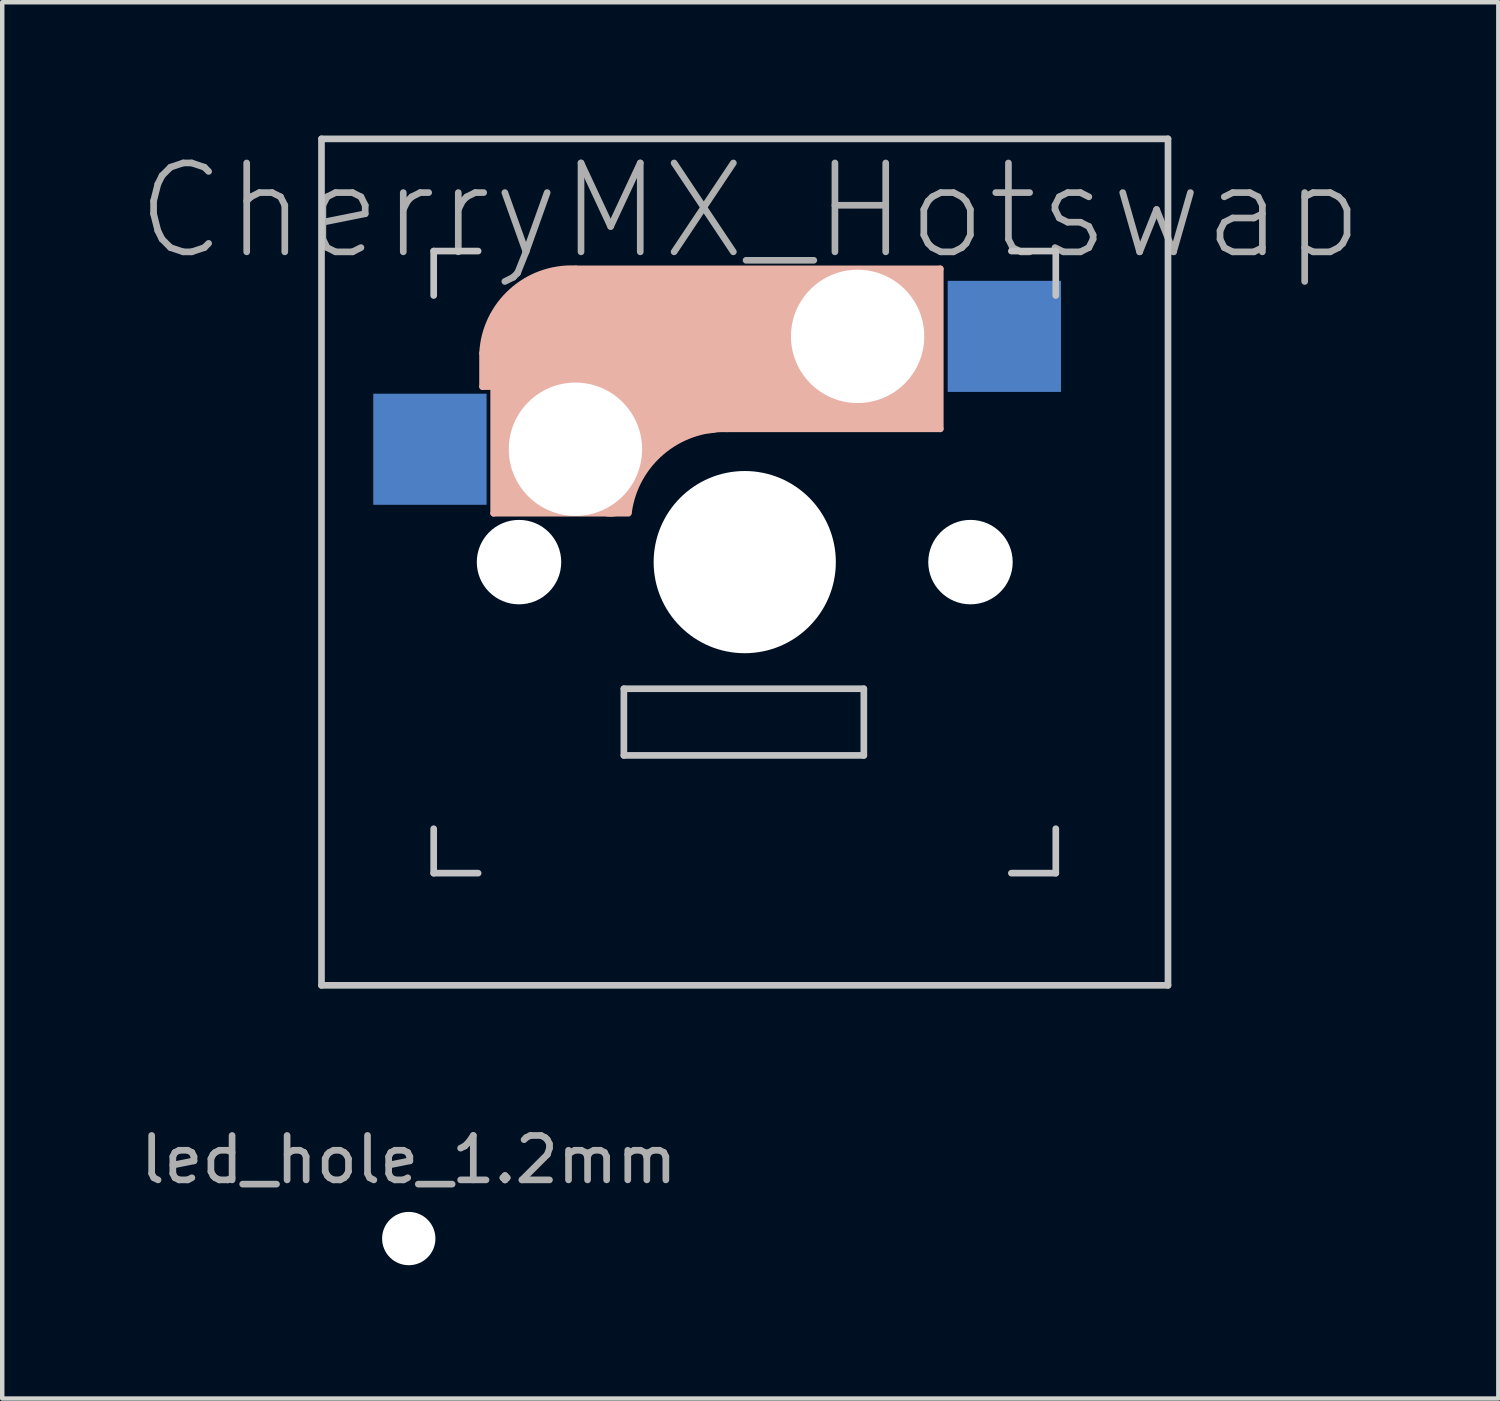
<source format=kicad_pcb>
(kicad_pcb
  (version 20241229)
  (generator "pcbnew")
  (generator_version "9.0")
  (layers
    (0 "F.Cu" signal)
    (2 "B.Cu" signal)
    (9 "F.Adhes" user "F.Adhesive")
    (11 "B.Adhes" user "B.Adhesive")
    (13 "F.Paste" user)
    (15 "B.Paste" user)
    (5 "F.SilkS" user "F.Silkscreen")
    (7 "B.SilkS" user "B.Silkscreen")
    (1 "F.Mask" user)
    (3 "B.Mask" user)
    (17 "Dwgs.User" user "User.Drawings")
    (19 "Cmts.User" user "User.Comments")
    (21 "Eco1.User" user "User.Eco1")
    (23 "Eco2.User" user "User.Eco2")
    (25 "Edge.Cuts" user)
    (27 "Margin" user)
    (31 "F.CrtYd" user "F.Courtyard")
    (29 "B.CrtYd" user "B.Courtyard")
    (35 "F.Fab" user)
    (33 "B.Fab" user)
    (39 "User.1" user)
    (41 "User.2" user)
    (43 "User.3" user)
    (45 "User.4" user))
  (footprint "CherryMX_Hotswap"
    (layer "F.Cu")
    (at 13.71 9.6)
    (property "Reference" "CherryMX_Hotswap" (at 0.125 -7.9 0) (layer "F.Fab") (effects (font (size 2 2) (thickness 0.15))))
    (attr through_hole)
    (fp_line (start -5.9 -4.7) (end -5.9 -3.95) (stroke (width 0.15) (type solid)) (layer "B.SilkS"))
    (fp_line (start -5.9 -3.95) (end -5.7 -3.95) (stroke (width 0.15) (type solid)) (layer "B.SilkS"))
    (fp_line (start -5.8 -4.05) (end -5.8 -4.7) (stroke (width 0.3) (type solid)) (layer "B.SilkS"))
    (fp_line (start -5.65 -5.55) (end -5.65 -1.1) (stroke (width 0.15) (type solid)) (layer "B.SilkS"))
    (fp_line (start -5.65 -1.1) (end -2.62 -1.1) (stroke (width 0.15) (type solid)) (layer "B.SilkS"))
    (fp_line (start -5.45 -1.3) (end -3 -1.3) (stroke (width 0.5) (type solid)) (layer "B.SilkS"))
    (fp_line (start -5.3 -1.6) (end -5.3 -3.4) (stroke (width 0.8) (type solid)) (layer "B.SilkS"))
    (fp_line (start -4.17 -5.1) (end -4.17 -2.86) (stroke (width 3) (type solid)) (layer "B.SilkS"))
    (fp_line (start -0.4 -3) (end 4.4 -3) (stroke (width 0.15) (type solid)) (layer "B.SilkS"))
    (fp_line (start 2.6 -4.8) (end -4.1 -4.8) (stroke (width 3.5) (type solid)) (layer "B.SilkS"))
    (fp_line (start 3.9 -6) (end 3.9 -3.5) (stroke (width 1) (type solid)) (layer "B.SilkS"))
    (fp_line (start 4.2 -3.25) (end 2.9 -3.3) (stroke (width 0.5) (type solid)) (layer "B.SilkS"))
    (fp_line (start 4.25 -6.4) (end 3 -6.4) (stroke (width 0.4) (type solid)) (layer "B.SilkS"))
    (fp_line (start 4.38 -4) (end 4.38 -6.25) (stroke (width 0.15) (type solid)) (layer "B.SilkS"))
    (fp_line (start 4.4 -6.6) (end -3.8 -6.6) (stroke (width 0.15) (type solid)) (layer "B.SilkS"))
    (fp_line (start 4.4 -3) (end 4.4 -6.6) (stroke (width 0.15) (type solid)) (layer "B.SilkS"))
    (fp_arc (start -5.9 -4.699999) (mid -5.243504 -6.084924) (end -3.800001 -6.6) (stroke (width 0.15) (type solid)) (layer "B.SilkS"))
    (fp_arc (start -3.016318 -1.521471) (mid -2.268709 -2.886118) (end -0.8 -3.4) (stroke (width 1) (type solid)) (layer "B.SilkS"))
    (fp_arc (start -2.616318 -1.121471) (mid -1.868709 -2.486118) (end -0.4 -3) (stroke (width 0.15) (type solid)) (layer "B.SilkS"))
    (fp_line (start -9.525 -9.525) (end 9.525 -9.525) (stroke (width 0.15) (type solid)) (layer "Dwgs.User"))
    (fp_line (start -9.525 9.525) (end -9.525 -9.525) (stroke (width 0.15) (type solid)) (layer "Dwgs.User"))
    (fp_line (start -7 -7) (end -6 -7) (stroke (width 0.15) (type solid)) (layer "Dwgs.User"))
    (fp_line (start -7 -6) (end -7 -7) (stroke (width 0.15) (type solid)) (layer "Dwgs.User"))
    (fp_line (start -7 6) (end -7 7) (stroke (width 0.15) (type solid)) (layer "Dwgs.User"))
    (fp_line (start -7 7) (end -6 7) (stroke (width 0.15) (type solid)) (layer "Dwgs.User"))
    (fp_line (start -2.72 2.85) (end -2.72 4.35) (stroke (width 0.15) (type solid)) (layer "Dwgs.User"))
    (fp_line (start -2.72 4.35) (end 2.68 4.35) (stroke (width 0.15) (type solid)) (layer "Dwgs.User"))
    (fp_line (start 2.68 2.85) (end -2.72 2.85) (stroke (width 0.15) (type solid)) (layer "Dwgs.User"))
    (fp_line (start 2.68 4.35) (end 2.68 2.85) (stroke (width 0.15) (type solid)) (layer "Dwgs.User"))
    (fp_line (start 6 7) (end 7 7) (stroke (width 0.15) (type solid)) (layer "Dwgs.User"))
    (fp_line (start 7 -7) (end 6 -7) (stroke (width 0.15) (type solid)) (layer "Dwgs.User"))
    (fp_line (start 7 -7) (end 7 -6) (stroke (width 0.15) (type solid)) (layer "Dwgs.User"))
    (fp_line (start 7 7) (end 7 6) (stroke (width 0.15) (type solid)) (layer "Dwgs.User"))
    (fp_line (start 9.525 -9.525) (end 9.525 9.525) (stroke (width 0.15) (type solid)) (layer "Dwgs.User"))
    (fp_line (start 9.525 9.525) (end -9.525 9.525) (stroke (width 0.15) (type solid)) (layer "Dwgs.User"))
    (pad "" np_thru_hole circle (at -5.08 0) (size 1.9 1.9) (drill 1.9) (layers "*.Cu" "*.Mask"))
    (pad "" np_thru_hole circle (at -3.81 -2.54) (size 3 3) (drill 3) (layers "*.Cu" "*.Mask"))
    (pad "" np_thru_hole circle (at 0 0 90) (size 4.1 4.1) (drill 4.1) (layers "*.Cu" "*.Mask"))
    (pad "" np_thru_hole circle (at 2.54 -5.08) (size 3 3) (drill 3) (layers "*.Cu" "*.Mask"))
    (pad "" np_thru_hole circle (at 5.08 0) (size 1.9 1.9) (drill 1.9) (layers "*.Cu" "*.Mask"))
    (pad "1" smd rect (at -7.085 -2.54 180) (size 2.55 2.5) (layers "B.Cu" "B.Mask" "B.Paste"))
    (pad "2" smd rect (at 5.842 -5.08 180) (size 2.55 2.5) (layers "B.Cu" "B.Mask" "B.Paste")))
  (footprint "led_hole_1.2mm"
    (layer "F.Cu")
    (at 6.149 24.823)
    (property "Reference" "led_hole_1.2mm" (at 0 -1.775 0) (layer "F.Fab") (effects (font (size 1 1) (thickness 0.15))))
    (attr exclude_from_pos_files exclude_from_bom)
    (pad "" np_thru_hole circle (at 0 0) (size 1.2 1.2) (drill 1.2) (layers "*.Cu" "*.Mask")))
  (gr_rect
    (start -3 -3)
    (end 30.669 28.423)
    (stroke (width 0.1) (type default))
    (fill no)
    (layer "Edge.Cuts")))
</source>
